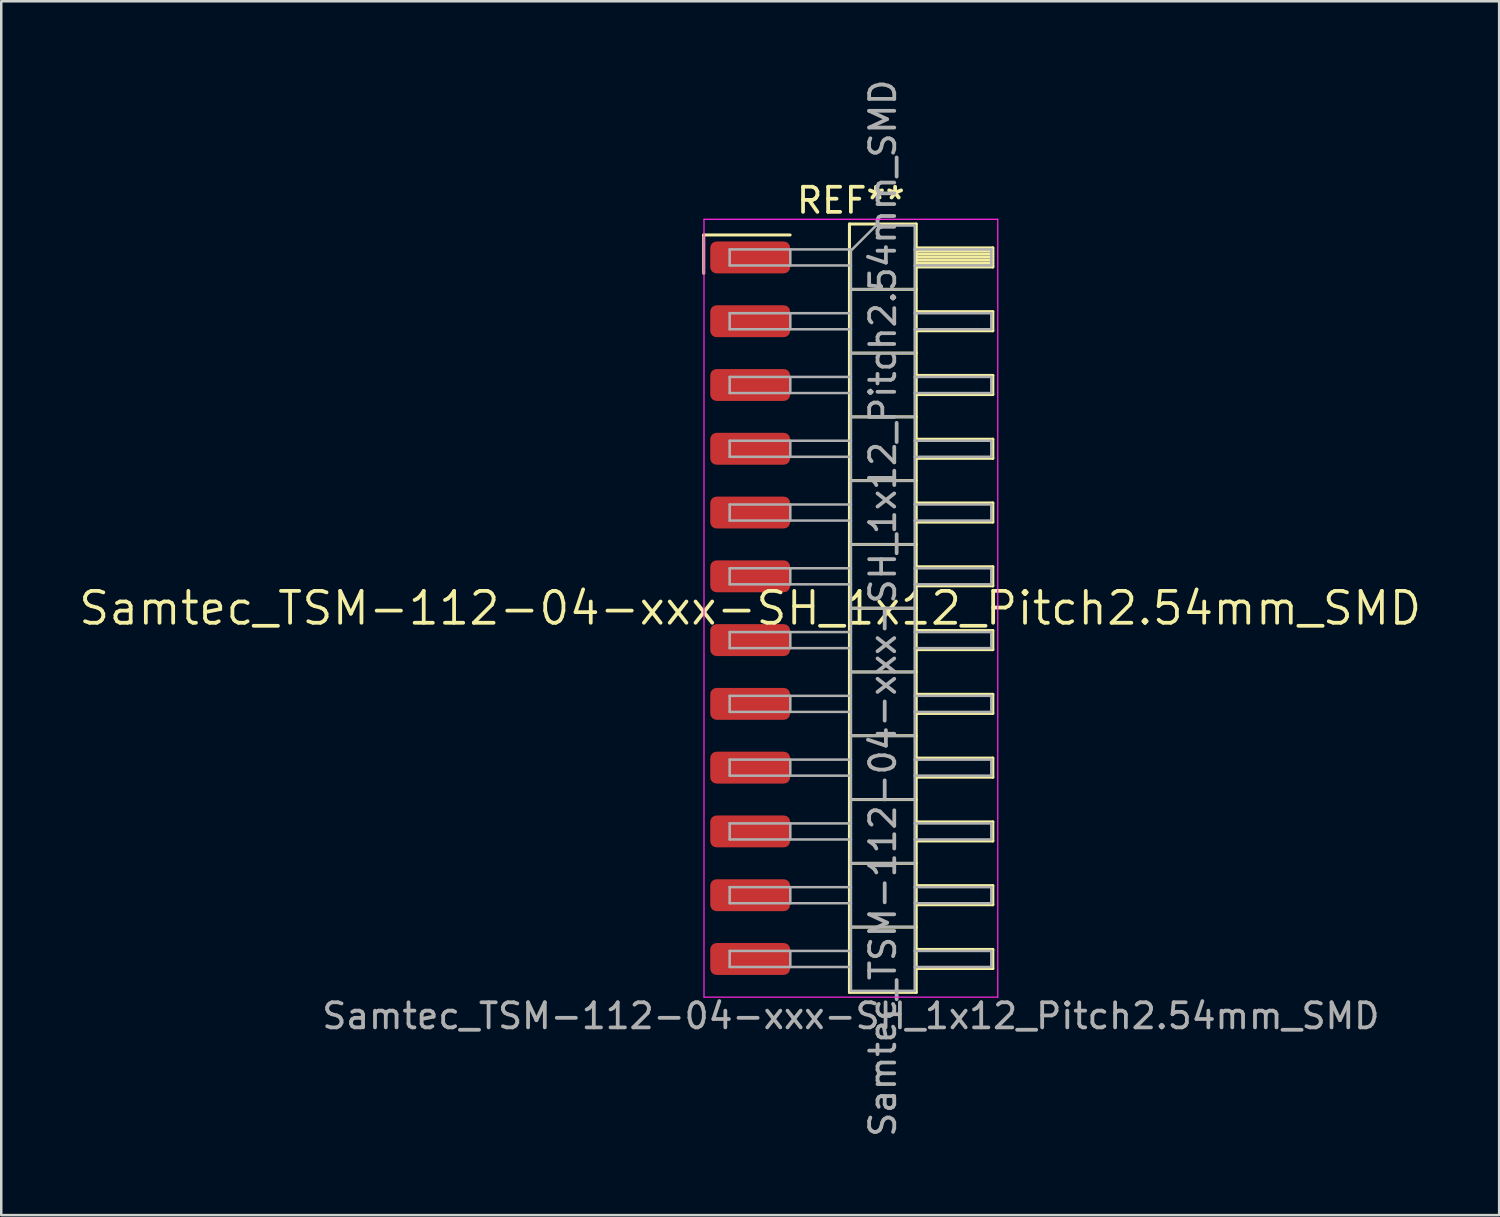
<source format=kicad_pcb>
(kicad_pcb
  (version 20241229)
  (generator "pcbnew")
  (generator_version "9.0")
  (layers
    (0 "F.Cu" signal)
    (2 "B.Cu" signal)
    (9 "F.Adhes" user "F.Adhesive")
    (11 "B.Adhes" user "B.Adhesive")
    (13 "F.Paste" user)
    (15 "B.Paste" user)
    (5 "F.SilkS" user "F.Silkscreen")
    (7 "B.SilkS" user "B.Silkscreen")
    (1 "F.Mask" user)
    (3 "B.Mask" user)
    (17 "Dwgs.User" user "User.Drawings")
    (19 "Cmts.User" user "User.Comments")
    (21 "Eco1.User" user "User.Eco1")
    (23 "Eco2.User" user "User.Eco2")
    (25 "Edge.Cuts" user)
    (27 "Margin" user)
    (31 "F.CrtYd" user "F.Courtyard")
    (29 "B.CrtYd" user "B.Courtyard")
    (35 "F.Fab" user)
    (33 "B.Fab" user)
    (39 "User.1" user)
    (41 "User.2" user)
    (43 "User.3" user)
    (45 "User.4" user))
  (footprint "Samtec_TSM-112-04-xxx-SH_1x12_Pitch2.54mm_SMD"
    (layer "F.Cu")
    (at 26.828 21.173)
    (property "Reference" "Samtec_TSM-112-04-xxx-SH_1x12_Pitch2.54mm_SMD" (at 0 0 0) (layer "F.SilkS") (effects (font (size 1.27 1.27) (thickness 0.15))))
    (attr smd)
    (fp_line (start -1.85 -14.865) (end 1.59 -14.865) (stroke (width 0.12) (type solid)) (layer "F.SilkS"))
    (fp_line (start -1.85 -13.335) (end -1.85 -14.865) (stroke (width 0.12) (type solid)) (layer "F.SilkS"))
    (fp_line (start 3.953 -15.3) (end 6.613 -15.3) (stroke (width 0.12) (type solid)) (layer "F.SilkS"))
    (fp_line (start 3.953 -12.7) (end 6.613 -12.7) (stroke (width 0.12) (type solid)) (layer "F.SilkS"))
    (fp_line (start 3.953 -10.16) (end 6.613 -10.16) (stroke (width 0.12) (type solid)) (layer "F.SilkS"))
    (fp_line (start 3.953 -7.62) (end 6.613 -7.62) (stroke (width 0.12) (type solid)) (layer "F.SilkS"))
    (fp_line (start 3.953 -5.08) (end 6.613 -5.08) (stroke (width 0.12) (type solid)) (layer "F.SilkS"))
    (fp_line (start 3.953 -2.54) (end 6.613 -2.54) (stroke (width 0.12) (type solid)) (layer "F.SilkS"))
    (fp_line (start 3.953 0) (end 6.613 0) (stroke (width 0.12) (type solid)) (layer "F.SilkS"))
    (fp_line (start 3.953 2.54) (end 6.613 2.54) (stroke (width 0.12) (type solid)) (layer "F.SilkS"))
    (fp_line (start 3.953 5.08) (end 6.613 5.08) (stroke (width 0.12) (type solid)) (layer "F.SilkS"))
    (fp_line (start 3.953 7.62) (end 6.613 7.62) (stroke (width 0.12) (type solid)) (layer "F.SilkS"))
    (fp_line (start 3.953 10.16) (end 6.613 10.16) (stroke (width 0.12) (type solid)) (layer "F.SilkS"))
    (fp_line (start 3.953 12.7) (end 6.613 12.7) (stroke (width 0.12) (type solid)) (layer "F.SilkS"))
    (fp_line (start 3.953 15.3) (end 3.953 -15.3) (stroke (width 0.12) (type solid)) (layer "F.SilkS"))
    (fp_line (start 6.613 -15.3) (end 6.613 15.3) (stroke (width 0.12) (type solid)) (layer "F.SilkS"))
    (fp_line (start 6.613 -14.35) (end 9.663 -14.35) (stroke (width 0.12) (type solid)) (layer "F.SilkS"))
    (fp_line (start 6.613 -14.23) (end 9.663 -14.23) (stroke (width 0.12) (type solid)) (layer "F.SilkS"))
    (fp_line (start 6.613 -14.11) (end 9.663 -14.11) (stroke (width 0.12) (type solid)) (layer "F.SilkS"))
    (fp_line (start 6.613 -13.99) (end 9.663 -13.99) (stroke (width 0.12) (type solid)) (layer "F.SilkS"))
    (fp_line (start 6.613 -13.87) (end 9.663 -13.87) (stroke (width 0.12) (type solid)) (layer "F.SilkS"))
    (fp_line (start 6.613 -13.75) (end 9.663 -13.75) (stroke (width 0.12) (type solid)) (layer "F.SilkS"))
    (fp_line (start 6.613 -13.63) (end 9.663 -13.63) (stroke (width 0.12) (type solid)) (layer "F.SilkS"))
    (fp_line (start 6.613 -13.59) (end 9.663 -13.59) (stroke (width 0.12) (type solid)) (layer "F.SilkS"))
    (fp_line (start 6.613 -11.81) (end 9.663 -11.81) (stroke (width 0.12) (type solid)) (layer "F.SilkS"))
    (fp_line (start 6.613 -11.05) (end 9.663 -11.05) (stroke (width 0.12) (type solid)) (layer "F.SilkS"))
    (fp_line (start 6.613 -9.27) (end 9.663 -9.27) (stroke (width 0.12) (type solid)) (layer "F.SilkS"))
    (fp_line (start 6.613 -8.51) (end 9.663 -8.51) (stroke (width 0.12) (type solid)) (layer "F.SilkS"))
    (fp_line (start 6.613 -6.73) (end 9.663 -6.73) (stroke (width 0.12) (type solid)) (layer "F.SilkS"))
    (fp_line (start 6.613 -5.97) (end 9.663 -5.97) (stroke (width 0.12) (type solid)) (layer "F.SilkS"))
    (fp_line (start 6.613 -4.19) (end 9.663 -4.19) (stroke (width 0.12) (type solid)) (layer "F.SilkS"))
    (fp_line (start 6.613 -3.43) (end 9.663 -3.43) (stroke (width 0.12) (type solid)) (layer "F.SilkS"))
    (fp_line (start 6.613 -1.65) (end 9.663 -1.65) (stroke (width 0.12) (type solid)) (layer "F.SilkS"))
    (fp_line (start 6.613 -0.89) (end 9.663 -0.89) (stroke (width 0.12) (type solid)) (layer "F.SilkS"))
    (fp_line (start 6.613 0.89) (end 9.663 0.89) (stroke (width 0.12) (type solid)) (layer "F.SilkS"))
    (fp_line (start 6.613 1.65) (end 9.663 1.65) (stroke (width 0.12) (type solid)) (layer "F.SilkS"))
    (fp_line (start 6.613 3.43) (end 9.663 3.43) (stroke (width 0.12) (type solid)) (layer "F.SilkS"))
    (fp_line (start 6.613 4.19) (end 9.663 4.19) (stroke (width 0.12) (type solid)) (layer "F.SilkS"))
    (fp_line (start 6.613 5.97) (end 9.663 5.97) (stroke (width 0.12) (type solid)) (layer "F.SilkS"))
    (fp_line (start 6.613 6.73) (end 9.663 6.73) (stroke (width 0.12) (type solid)) (layer "F.SilkS"))
    (fp_line (start 6.613 8.51) (end 9.663 8.51) (stroke (width 0.12) (type solid)) (layer "F.SilkS"))
    (fp_line (start 6.613 9.27) (end 9.663 9.27) (stroke (width 0.12) (type solid)) (layer "F.SilkS"))
    (fp_line (start 6.613 11.05) (end 9.663 11.05) (stroke (width 0.12) (type solid)) (layer "F.SilkS"))
    (fp_line (start 6.613 11.81) (end 9.663 11.81) (stroke (width 0.12) (type solid)) (layer "F.SilkS"))
    (fp_line (start 6.613 13.59) (end 9.663 13.59) (stroke (width 0.12) (type solid)) (layer "F.SilkS"))
    (fp_line (start 6.613 14.35) (end 9.663 14.35) (stroke (width 0.12) (type solid)) (layer "F.SilkS"))
    (fp_line (start 6.613 15.3) (end 3.953 15.3) (stroke (width 0.12) (type solid)) (layer "F.SilkS"))
    (fp_line (start 9.663 -14.35) (end 9.663 -13.59) (stroke (width 0.12) (type solid)) (layer "F.SilkS"))
    (fp_line (start 9.663 -11.81) (end 9.663 -11.05) (stroke (width 0.12) (type solid)) (layer "F.SilkS"))
    (fp_line (start 9.663 -9.27) (end 9.663 -8.51) (stroke (width 0.12) (type solid)) (layer "F.SilkS"))
    (fp_line (start 9.663 -6.73) (end 9.663 -5.97) (stroke (width 0.12) (type solid)) (layer "F.SilkS"))
    (fp_line (start 9.663 -4.19) (end 9.663 -3.43) (stroke (width 0.12) (type solid)) (layer "F.SilkS"))
    (fp_line (start 9.663 -1.65) (end 9.663 -0.89) (stroke (width 0.12) (type solid)) (layer "F.SilkS"))
    (fp_line (start 9.663 0.89) (end 9.663 1.65) (stroke (width 0.12) (type solid)) (layer "F.SilkS"))
    (fp_line (start 9.663 3.43) (end 9.663 4.19) (stroke (width 0.12) (type solid)) (layer "F.SilkS"))
    (fp_line (start 9.663 5.97) (end 9.663 6.73) (stroke (width 0.12) (type solid)) (layer "F.SilkS"))
    (fp_line (start 9.663 8.51) (end 9.663 9.27) (stroke (width 0.12) (type solid)) (layer "F.SilkS"))
    (fp_line (start 9.663 11.05) (end 9.663 11.81) (stroke (width 0.12) (type solid)) (layer "F.SilkS"))
    (fp_line (start 9.663 13.59) (end 9.663 14.35) (stroke (width 0.12) (type solid)) (layer "F.SilkS"))
    (fp_line (start -1.84 -15.49) (end 9.86 -15.49) (stroke (width 0.05) (type solid)) (layer "F.CrtYd"))
    (fp_line (start -1.84 15.49) (end -1.84 -15.49) (stroke (width 0.05) (type solid)) (layer "F.CrtYd"))
    (fp_line (start 9.86 -15.49) (end 9.86 15.49) (stroke (width 0.05) (type solid)) (layer "F.CrtYd"))
    (fp_line (start 9.86 15.49) (end -1.84 15.49) (stroke (width 0.05) (type solid)) (layer "F.CrtYd"))
    (fp_line (start -0.817 -14.29) (end -0.817 -13.65) (stroke (width 0.1) (type solid)) (layer "F.Fab"))
    (fp_line (start -0.817 -14.29) (end 4.013 -14.29) (stroke (width 0.1) (type solid)) (layer "F.Fab"))
    (fp_line (start -0.817 -13.65) (end 4.013 -13.65) (stroke (width 0.1) (type solid)) (layer "F.Fab"))
    (fp_line (start -0.817 -11.75) (end -0.817 -11.11) (stroke (width 0.1) (type solid)) (layer "F.Fab"))
    (fp_line (start -0.817 -11.75) (end 4.013 -11.75) (stroke (width 0.1) (type solid)) (layer "F.Fab"))
    (fp_line (start -0.817 -11.11) (end 4.013 -11.11) (stroke (width 0.1) (type solid)) (layer "F.Fab"))
    (fp_line (start -0.817 -9.21) (end -0.817 -8.57) (stroke (width 0.1) (type solid)) (layer "F.Fab"))
    (fp_line (start -0.817 -9.21) (end 4.013 -9.21) (stroke (width 0.1) (type solid)) (layer "F.Fab"))
    (fp_line (start -0.817 -8.57) (end 4.013 -8.57) (stroke (width 0.1) (type solid)) (layer "F.Fab"))
    (fp_line (start -0.817 -6.67) (end -0.817 -6.03) (stroke (width 0.1) (type solid)) (layer "F.Fab"))
    (fp_line (start -0.817 -6.67) (end 4.013 -6.67) (stroke (width 0.1) (type solid)) (layer "F.Fab"))
    (fp_line (start -0.817 -6.03) (end 4.013 -6.03) (stroke (width 0.1) (type solid)) (layer "F.Fab"))
    (fp_line (start -0.817 -4.13) (end -0.817 -3.49) (stroke (width 0.1) (type solid)) (layer "F.Fab"))
    (fp_line (start -0.817 -4.13) (end 4.013 -4.13) (stroke (width 0.1) (type solid)) (layer "F.Fab"))
    (fp_line (start -0.817 -3.49) (end 4.013 -3.49) (stroke (width 0.1) (type solid)) (layer "F.Fab"))
    (fp_line (start -0.817 -1.59) (end -0.817 -0.95) (stroke (width 0.1) (type solid)) (layer "F.Fab"))
    (fp_line (start -0.817 -1.59) (end 4.013 -1.59) (stroke (width 0.1) (type solid)) (layer "F.Fab"))
    (fp_line (start -0.817 -0.95) (end 4.013 -0.95) (stroke (width 0.1) (type solid)) (layer "F.Fab"))
    (fp_line (start -0.817 0.95) (end -0.817 1.59) (stroke (width 0.1) (type solid)) (layer "F.Fab"))
    (fp_line (start -0.817 0.95) (end 4.013 0.95) (stroke (width 0.1) (type solid)) (layer "F.Fab"))
    (fp_line (start -0.817 1.59) (end 4.013 1.59) (stroke (width 0.1) (type solid)) (layer "F.Fab"))
    (fp_line (start -0.817 3.49) (end -0.817 4.13) (stroke (width 0.1) (type solid)) (layer "F.Fab"))
    (fp_line (start -0.817 3.49) (end 4.013 3.49) (stroke (width 0.1) (type solid)) (layer "F.Fab"))
    (fp_line (start -0.817 4.13) (end 4.013 4.13) (stroke (width 0.1) (type solid)) (layer "F.Fab"))
    (fp_line (start -0.817 6.03) (end -0.817 6.67) (stroke (width 0.1) (type solid)) (layer "F.Fab"))
    (fp_line (start -0.817 6.03) (end 4.013 6.03) (stroke (width 0.1) (type solid)) (layer "F.Fab"))
    (fp_line (start -0.817 6.67) (end 4.013 6.67) (stroke (width 0.1) (type solid)) (layer "F.Fab"))
    (fp_line (start -0.817 8.57) (end -0.817 9.21) (stroke (width 0.1) (type solid)) (layer "F.Fab"))
    (fp_line (start -0.817 8.57) (end 4.013 8.57) (stroke (width 0.1) (type solid)) (layer "F.Fab"))
    (fp_line (start -0.817 9.21) (end 4.013 9.21) (stroke (width 0.1) (type solid)) (layer "F.Fab"))
    (fp_line (start -0.817 11.11) (end -0.817 11.75) (stroke (width 0.1) (type solid)) (layer "F.Fab"))
    (fp_line (start -0.817 11.11) (end 4.013 11.11) (stroke (width 0.1) (type solid)) (layer "F.Fab"))
    (fp_line (start -0.817 11.75) (end 4.013 11.75) (stroke (width 0.1) (type solid)) (layer "F.Fab"))
    (fp_line (start -0.817 13.65) (end -0.817 14.29) (stroke (width 0.1) (type solid)) (layer "F.Fab"))
    (fp_line (start -0.817 13.65) (end 4.013 13.65) (stroke (width 0.1) (type solid)) (layer "F.Fab"))
    (fp_line (start -0.817 14.29) (end 4.013 14.29) (stroke (width 0.1) (type solid)) (layer "F.Fab"))
    (fp_line (start 1.598 -14.29) (end 1.598 -13.65) (stroke (width 0.1) (type solid)) (layer "F.Fab"))
    (fp_line (start 1.598 -11.75) (end 1.598 -11.11) (stroke (width 0.1) (type solid)) (layer "F.Fab"))
    (fp_line (start 1.598 -9.21) (end 1.598 -8.57) (stroke (width 0.1) (type solid)) (layer "F.Fab"))
    (fp_line (start 1.598 -6.67) (end 1.598 -6.03) (stroke (width 0.1) (type solid)) (layer "F.Fab"))
    (fp_line (start 1.598 -4.13) (end 1.598 -3.49) (stroke (width 0.1) (type solid)) (layer "F.Fab"))
    (fp_line (start 1.598 -1.59) (end 1.598 -0.95) (stroke (width 0.1) (type solid)) (layer "F.Fab"))
    (fp_line (start 1.598 0.95) (end 1.598 1.59) (stroke (width 0.1) (type solid)) (layer "F.Fab"))
    (fp_line (start 1.598 3.49) (end 1.598 4.13) (stroke (width 0.1) (type solid)) (layer "F.Fab"))
    (fp_line (start 1.598 6.03) (end 1.598 6.67) (stroke (width 0.1) (type solid)) (layer "F.Fab"))
    (fp_line (start 1.598 8.57) (end 1.598 9.21) (stroke (width 0.1) (type solid)) (layer "F.Fab"))
    (fp_line (start 1.598 11.11) (end 1.598 11.75) (stroke (width 0.1) (type solid)) (layer "F.Fab"))
    (fp_line (start 1.598 13.65) (end 1.598 14.29) (stroke (width 0.1) (type solid)) (layer "F.Fab"))
    (fp_line (start 4.013 -14.24) (end 5.013 -15.24) (stroke (width 0.1) (type solid)) (layer "F.Fab"))
    (fp_line (start 4.013 -12.7) (end 6.553 -12.7) (stroke (width 0.1) (type solid)) (layer "F.Fab"))
    (fp_line (start 4.013 -10.16) (end 6.553 -10.16) (stroke (width 0.1) (type solid)) (layer "F.Fab"))
    (fp_line (start 4.013 -7.62) (end 6.553 -7.62) (stroke (width 0.1) (type solid)) (layer "F.Fab"))
    (fp_line (start 4.013 -5.08) (end 6.553 -5.08) (stroke (width 0.1) (type solid)) (layer "F.Fab"))
    (fp_line (start 4.013 -2.54) (end 6.553 -2.54) (stroke (width 0.1) (type solid)) (layer "F.Fab"))
    (fp_line (start 4.013 0) (end 6.553 0) (stroke (width 0.1) (type solid)) (layer "F.Fab"))
    (fp_line (start 4.013 2.54) (end 6.553 2.54) (stroke (width 0.1) (type solid)) (layer "F.Fab"))
    (fp_line (start 4.013 5.08) (end 6.553 5.08) (stroke (width 0.1) (type solid)) (layer "F.Fab"))
    (fp_line (start 4.013 7.62) (end 6.553 7.62) (stroke (width 0.1) (type solid)) (layer "F.Fab"))
    (fp_line (start 4.013 10.16) (end 6.553 10.16) (stroke (width 0.1) (type solid)) (layer "F.Fab"))
    (fp_line (start 4.013 12.7) (end 6.553 12.7) (stroke (width 0.1) (type solid)) (layer "F.Fab"))
    (fp_line (start 4.013 15.24) (end 4.013 -14.24) (stroke (width 0.1) (type solid)) (layer "F.Fab"))
    (fp_line (start 5.013 -15.24) (end 6.553 -15.24) (stroke (width 0.1) (type solid)) (layer "F.Fab"))
    (fp_line (start 6.553 -15.24) (end 6.553 15.24) (stroke (width 0.1) (type solid)) (layer "F.Fab"))
    (fp_line (start 6.553 -14.29) (end 9.603 -14.29) (stroke (width 0.1) (type solid)) (layer "F.Fab"))
    (fp_line (start 6.553 -13.65) (end 9.603 -13.65) (stroke (width 0.1) (type solid)) (layer "F.Fab"))
    (fp_line (start 6.553 -11.75) (end 9.603 -11.75) (stroke (width 0.1) (type solid)) (layer "F.Fab"))
    (fp_line (start 6.553 -11.11) (end 9.603 -11.11) (stroke (width 0.1) (type solid)) (layer "F.Fab"))
    (fp_line (start 6.553 -9.21) (end 9.603 -9.21) (stroke (width 0.1) (type solid)) (layer "F.Fab"))
    (fp_line (start 6.553 -8.57) (end 9.603 -8.57) (stroke (width 0.1) (type solid)) (layer "F.Fab"))
    (fp_line (start 6.553 -6.67) (end 9.603 -6.67) (stroke (width 0.1) (type solid)) (layer "F.Fab"))
    (fp_line (start 6.553 -6.03) (end 9.603 -6.03) (stroke (width 0.1) (type solid)) (layer "F.Fab"))
    (fp_line (start 6.553 -4.13) (end 9.603 -4.13) (stroke (width 0.1) (type solid)) (layer "F.Fab"))
    (fp_line (start 6.553 -3.49) (end 9.603 -3.49) (stroke (width 0.1) (type solid)) (layer "F.Fab"))
    (fp_line (start 6.553 -1.59) (end 9.603 -1.59) (stroke (width 0.1) (type solid)) (layer "F.Fab"))
    (fp_line (start 6.553 -0.95) (end 9.603 -0.95) (stroke (width 0.1) (type solid)) (layer "F.Fab"))
    (fp_line (start 6.553 0.95) (end 9.603 0.95) (stroke (width 0.1) (type solid)) (layer "F.Fab"))
    (fp_line (start 6.553 1.59) (end 9.603 1.59) (stroke (width 0.1) (type solid)) (layer "F.Fab"))
    (fp_line (start 6.553 3.49) (end 9.603 3.49) (stroke (width 0.1) (type solid)) (layer "F.Fab"))
    (fp_line (start 6.553 4.13) (end 9.603 4.13) (stroke (width 0.1) (type solid)) (layer "F.Fab"))
    (fp_line (start 6.553 6.03) (end 9.603 6.03) (stroke (width 0.1) (type solid)) (layer "F.Fab"))
    (fp_line (start 6.553 6.67) (end 9.603 6.67) (stroke (width 0.1) (type solid)) (layer "F.Fab"))
    (fp_line (start 6.553 8.57) (end 9.603 8.57) (stroke (width 0.1) (type solid)) (layer "F.Fab"))
    (fp_line (start 6.553 9.21) (end 9.603 9.21) (stroke (width 0.1) (type solid)) (layer "F.Fab"))
    (fp_line (start 6.553 11.11) (end 9.603 11.11) (stroke (width 0.1) (type solid)) (layer "F.Fab"))
    (fp_line (start 6.553 11.75) (end 9.603 11.75) (stroke (width 0.1) (type solid)) (layer "F.Fab"))
    (fp_line (start 6.553 13.65) (end 9.603 13.65) (stroke (width 0.1) (type solid)) (layer "F.Fab"))
    (fp_line (start 6.553 14.29) (end 9.603 14.29) (stroke (width 0.1) (type solid)) (layer "F.Fab"))
    (fp_line (start 6.553 15.24) (end 4.013 15.24) (stroke (width 0.1) (type solid)) (layer "F.Fab"))
    (fp_line (start 9.603 -14.29) (end 9.603 -13.65) (stroke (width 0.1) (type solid)) (layer "F.Fab"))
    (fp_line (start 9.603 -11.75) (end 9.603 -11.11) (stroke (width 0.1) (type solid)) (layer "F.Fab"))
    (fp_line (start 9.603 -9.21) (end 9.603 -8.57) (stroke (width 0.1) (type solid)) (layer "F.Fab"))
    (fp_line (start 9.603 -6.67) (end 9.603 -6.03) (stroke (width 0.1) (type solid)) (layer "F.Fab"))
    (fp_line (start 9.603 -4.13) (end 9.603 -3.49) (stroke (width 0.1) (type solid)) (layer "F.Fab"))
    (fp_line (start 9.603 -1.59) (end 9.603 -0.95) (stroke (width 0.1) (type solid)) (layer "F.Fab"))
    (fp_line (start 9.603 0.95) (end 9.603 1.59) (stroke (width 0.1) (type solid)) (layer "F.Fab"))
    (fp_line (start 9.603 3.49) (end 9.603 4.13) (stroke (width 0.1) (type solid)) (layer "F.Fab"))
    (fp_line (start 9.603 6.03) (end 9.603 6.67) (stroke (width 0.1) (type solid)) (layer "F.Fab"))
    (fp_line (start 9.603 8.57) (end 9.603 9.21) (stroke (width 0.1) (type solid)) (layer "F.Fab"))
    (fp_line (start 9.603 11.11) (end 9.603 11.75) (stroke (width 0.1) (type solid)) (layer "F.Fab"))
    (fp_line (start 9.603 13.65) (end 9.603 14.29) (stroke (width 0.1) (type solid)) (layer "F.Fab"))
    (fp_text user "REF**" (at 4.01 -16.24 0) (layer "F.SilkS") (effects (font (size 1 1) (thickness 0.15))))
    (fp_text user "Samtec_TSM-112-04-xxx-SH_1x12_Pitch2.54mm_SMD" (at 4.01 16.24 0) (layer "F.Fab") (effects (font (size 1 1) (thickness 0.15))))
    (fp_text user "${REFERENCE}" (at 5.283 0 90) (layer "F.Fab") (effects (font (size 1 1) (thickness 0.15))))
    (pad "1" smd roundrect (at 0 -13.97) (size 3.18 1.27) (layers "F.Cu" "F.Mask" "F.Paste") (roundrect_rratio 0.197))
    (pad "2" smd roundrect (at 0 -11.43) (size 3.18 1.27) (layers "F.Cu" "F.Mask" "F.Paste") (roundrect_rratio 0.197))
    (pad "3" smd roundrect (at 0 -8.89) (size 3.18 1.27) (layers "F.Cu" "F.Mask" "F.Paste") (roundrect_rratio 0.197))
    (pad "4" smd roundrect (at 0 -6.35) (size 3.18 1.27) (layers "F.Cu" "F.Mask" "F.Paste") (roundrect_rratio 0.197))
    (pad "5" smd roundrect (at 0 -3.81) (size 3.18 1.27) (layers "F.Cu" "F.Mask" "F.Paste") (roundrect_rratio 0.197))
    (pad "6" smd roundrect (at 0 -1.27) (size 3.18 1.27) (layers "F.Cu" "F.Mask" "F.Paste") (roundrect_rratio 0.197))
    (pad "7" smd roundrect (at 0 1.27) (size 3.18 1.27) (layers "F.Cu" "F.Mask" "F.Paste") (roundrect_rratio 0.197))
    (pad "8" smd roundrect (at 0 3.81) (size 3.18 1.27) (layers "F.Cu" "F.Mask" "F.Paste") (roundrect_rratio 0.197))
    (pad "9" smd roundrect (at 0 6.35) (size 3.18 1.27) (layers "F.Cu" "F.Mask" "F.Paste") (roundrect_rratio 0.197))
    (pad "10" smd roundrect (at 0 8.89) (size 3.18 1.27) (layers "F.Cu" "F.Mask" "F.Paste") (roundrect_rratio 0.197))
    (pad "11" smd roundrect (at 0 11.43) (size 3.18 1.27) (layers "F.Cu" "F.Mask" "F.Paste") (roundrect_rratio 0.197))
    (pad "12" smd roundrect (at 0 13.97) (size 3.18 1.27) (layers "F.Cu" "F.Mask" "F.Paste") (roundrect_rratio 0.197)))
  (gr_rect
    (start -3 -3)
    (end 56.657 45.345)
    (stroke (width 0.1) (type default))
    (fill no)
    (layer "Edge.Cuts")))
</source>
